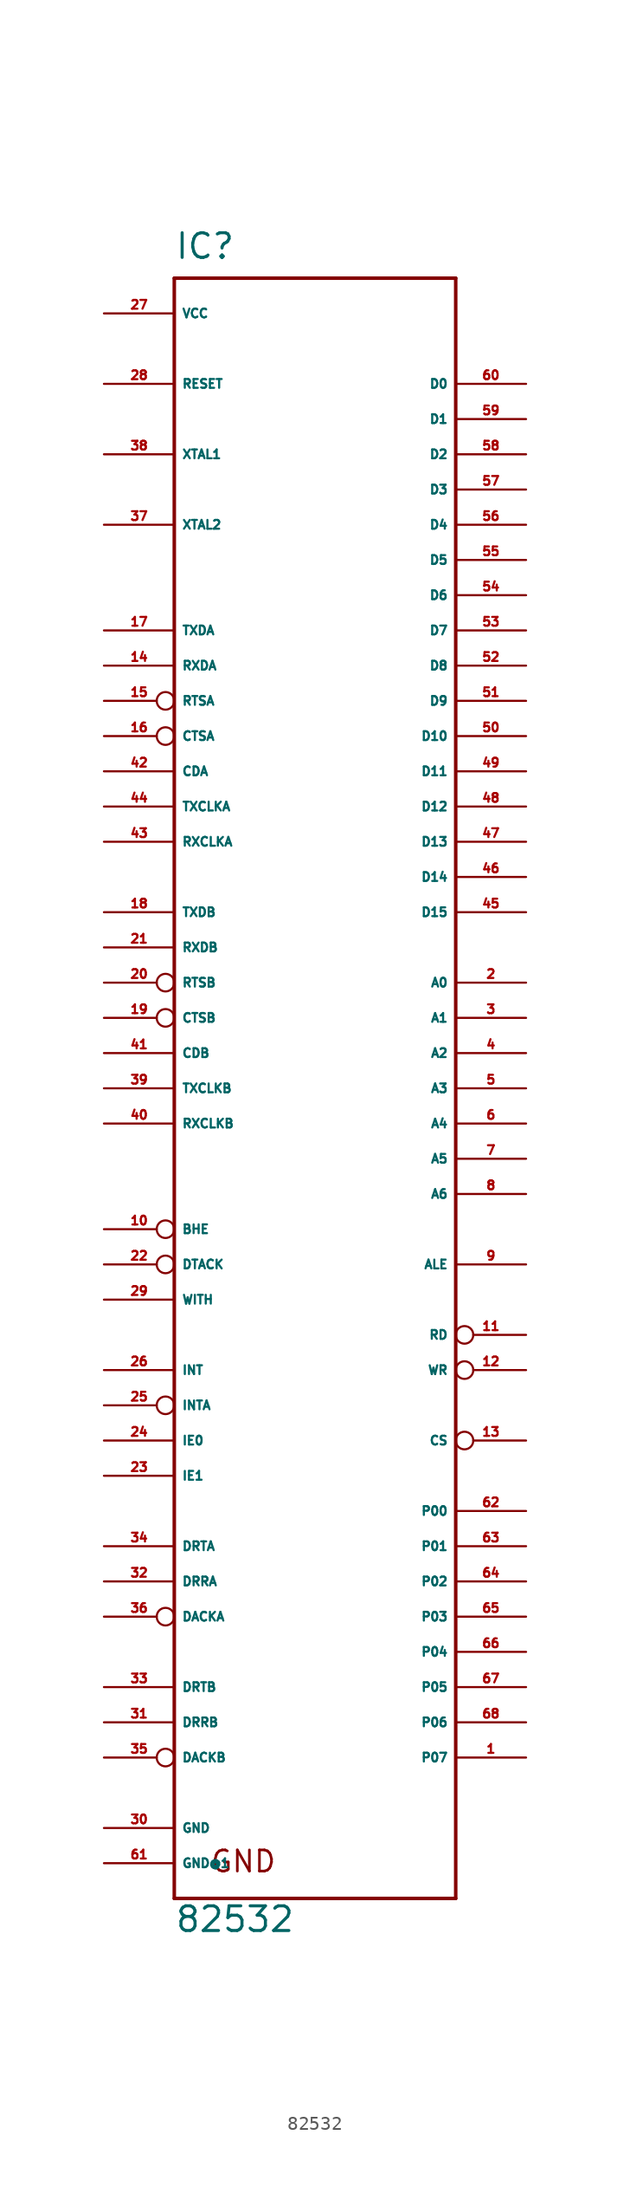
<source format=kicad_sym>
(kicad_symbol_lib
  (version 20220914)
  (generator Eagle2Kicad)
  (symbol "82532"
    (property "Reference" "IC"
      (at -10.16 57.15 0)
      (effects (font (size 1.778 1.778) (thickness 0.22)) (justify left bottom)))
    (property "Value" "82532"
      (at -10.16 -63.5 0)
      (effects (font (size 1.778 1.778) (thickness 0.22)) (justify left bottom)))
    (polyline
      (pts (xy -10.16 55.88) (xy 10.16 55.88))
      (stroke (width 0.254) (type default))
      (fill (type none)))
    (polyline
      (pts (xy 10.16 55.88) (xy 10.16 -60.96))
      (stroke (width 0.254) (type default))
      (fill (type none)))
    (polyline
      (pts (xy 10.16 -60.96) (xy -10.16 -60.96))
      (stroke (width 0.254) (type default))
      (fill (type none)))
    (polyline
      (pts (xy -10.16 -60.96) (xy -10.16 55.88))
      (stroke (width 0.254) (type default))
      (fill (type none)))
    (text "GND"
      (at -7.62 -59.182 0)
      (effects (font (size 1.524 1.524) (thickness 0.19)) (justify left bottom)))
    (pin input line
      (at 15.24 5.08 180)
      (length 5.08)
      (name "A0" (effects (font (size 0.635 0.635) (thickness 0.08)) (justify left bottom)))
      (number "2" (effects (font (size 0.635 0.635) (thickness 0.08)) (justify left bottom))))
    (pin input line
      (at 15.24 2.54 180)
      (length 5.08)
      (name "A1" (effects (font (size 0.635 0.635) (thickness 0.08)) (justify left bottom)))
      (number "3" (effects (font (size 0.635 0.635) (thickness 0.08)) (justify left bottom))))
    (pin input line
      (at 15.24 0 180)
      (length 5.08)
      (name "A2" (effects (font (size 0.635 0.635) (thickness 0.08)) (justify left bottom)))
      (number "4" (effects (font (size 0.635 0.635) (thickness 0.08)) (justify left bottom))))
    (pin input line
      (at 15.24 -2.54 180)
      (length 5.08)
      (name "A3" (effects (font (size 0.635 0.635) (thickness 0.08)) (justify left bottom)))
      (number "5" (effects (font (size 0.635 0.635) (thickness 0.08)) (justify left bottom))))
    (pin input line
      (at 15.24 -5.08 180)
      (length 5.08)
      (name "A4" (effects (font (size 0.635 0.635) (thickness 0.08)) (justify left bottom)))
      (number "6" (effects (font (size 0.635 0.635) (thickness 0.08)) (justify left bottom))))
    (pin input line
      (at 15.24 -7.62 180)
      (length 5.08)
      (name "A5" (effects (font (size 0.635 0.635) (thickness 0.08)) (justify left bottom)))
      (number "7" (effects (font (size 0.635 0.635) (thickness 0.08)) (justify left bottom))))
    (pin input line
      (at 15.24 -10.16 180)
      (length 5.08)
      (name "A6" (effects (font (size 0.635 0.635) (thickness 0.08)) (justify left bottom)))
      (number "8" (effects (font (size 0.635 0.635) (thickness 0.08)) (justify left bottom))))
    (pin input line
      (at 15.24 -15.24 180)
      (length 5.08)
      (name "ALE" (effects (font (size 0.635 0.635) (thickness 0.08)) (justify left bottom)))
      (number "9" (effects (font (size 0.635 0.635) (thickness 0.08)) (justify left bottom))))
    (pin input inverted
      (at -15.24 -12.7 0)
      (length 5.08)
      (name "BHE" (effects (font (size 0.635 0.635) (thickness 0.08)) (justify left bottom)))
      (number "10" (effects (font (size 0.635 0.635) (thickness 0.08)) (justify left bottom))))
    (pin input line
      (at -15.24 20.32 0)
      (length 5.08)
      (name "CDA" (effects (font (size 0.635 0.635) (thickness 0.08)) (justify left bottom)))
      (number "42" (effects (font (size 0.635 0.635) (thickness 0.08)) (justify left bottom))))
    (pin input line
      (at -15.24 0 0)
      (length 5.08)
      (name "CDB" (effects (font (size 0.635 0.635) (thickness 0.08)) (justify left bottom)))
      (number "41" (effects (font (size 0.635 0.635) (thickness 0.08)) (justify left bottom))))
    (pin input inverted
      (at 15.24 -27.94 180)
      (length 5.08)
      (name "CS" (effects (font (size 0.635 0.635) (thickness 0.08)) (justify left bottom)))
      (number "13" (effects (font (size 0.635 0.635) (thickness 0.08)) (justify left bottom))))
    (pin input inverted
      (at -15.24 22.86 0)
      (length 5.08)
      (name "CTSA" (effects (font (size 0.635 0.635) (thickness 0.08)) (justify left bottom)))
      (number "16" (effects (font (size 0.635 0.635) (thickness 0.08)) (justify left bottom))))
    (pin input inverted
      (at -15.24 2.54 0)
      (length 5.08)
      (name "CTSB" (effects (font (size 0.635 0.635) (thickness 0.08)) (justify left bottom)))
      (number "19" (effects (font (size 0.635 0.635) (thickness 0.08)) (justify left bottom))))
    (pin bidirectional line
      (at 15.24 48.26 180)
      (length 5.08)
      (name "D0" (effects (font (size 0.635 0.635) (thickness 0.08)) (justify left bottom)))
      (number "60" (effects (font (size 0.635 0.635) (thickness 0.08)) (justify left bottom))))
    (pin bidirectional line
      (at 15.24 45.72 180)
      (length 5.08)
      (name "D1" (effects (font (size 0.635 0.635) (thickness 0.08)) (justify left bottom)))
      (number "59" (effects (font (size 0.635 0.635) (thickness 0.08)) (justify left bottom))))
    (pin bidirectional line
      (at 15.24 43.18 180)
      (length 5.08)
      (name "D2" (effects (font (size 0.635 0.635) (thickness 0.08)) (justify left bottom)))
      (number "58" (effects (font (size 0.635 0.635) (thickness 0.08)) (justify left bottom))))
    (pin bidirectional line
      (at 15.24 40.64 180)
      (length 5.08)
      (name "D3" (effects (font (size 0.635 0.635) (thickness 0.08)) (justify left bottom)))
      (number "57" (effects (font (size 0.635 0.635) (thickness 0.08)) (justify left bottom))))
    (pin bidirectional line
      (at 15.24 38.1 180)
      (length 5.08)
      (name "D4" (effects (font (size 0.635 0.635) (thickness 0.08)) (justify left bottom)))
      (number "56" (effects (font (size 0.635 0.635) (thickness 0.08)) (justify left bottom))))
    (pin bidirectional line
      (at 15.24 35.56 180)
      (length 5.08)
      (name "D5" (effects (font (size 0.635 0.635) (thickness 0.08)) (justify left bottom)))
      (number "55" (effects (font (size 0.635 0.635) (thickness 0.08)) (justify left bottom))))
    (pin bidirectional line
      (at 15.24 33.02 180)
      (length 5.08)
      (name "D6" (effects (font (size 0.635 0.635) (thickness 0.08)) (justify left bottom)))
      (number "54" (effects (font (size 0.635 0.635) (thickness 0.08)) (justify left bottom))))
    (pin bidirectional line
      (at 15.24 30.48 180)
      (length 5.08)
      (name "D7" (effects (font (size 0.635 0.635) (thickness 0.08)) (justify left bottom)))
      (number "53" (effects (font (size 0.635 0.635) (thickness 0.08)) (justify left bottom))))
    (pin bidirectional line
      (at 15.24 27.94 180)
      (length 5.08)
      (name "D8" (effects (font (size 0.635 0.635) (thickness 0.08)) (justify left bottom)))
      (number "52" (effects (font (size 0.635 0.635) (thickness 0.08)) (justify left bottom))))
    (pin bidirectional line
      (at 15.24 25.4 180)
      (length 5.08)
      (name "D9" (effects (font (size 0.635 0.635) (thickness 0.08)) (justify left bottom)))
      (number "51" (effects (font (size 0.635 0.635) (thickness 0.08)) (justify left bottom))))
    (pin bidirectional line
      (at 15.24 22.86 180)
      (length 5.08)
      (name "D10" (effects (font (size 0.635 0.635) (thickness 0.08)) (justify left bottom)))
      (number "50" (effects (font (size 0.635 0.635) (thickness 0.08)) (justify left bottom))))
    (pin bidirectional line
      (at 15.24 20.32 180)
      (length 5.08)
      (name "D11" (effects (font (size 0.635 0.635) (thickness 0.08)) (justify left bottom)))
      (number "49" (effects (font (size 0.635 0.635) (thickness 0.08)) (justify left bottom))))
    (pin bidirectional line
      (at 15.24 17.78 180)
      (length 5.08)
      (name "D12" (effects (font (size 0.635 0.635) (thickness 0.08)) (justify left bottom)))
      (number "48" (effects (font (size 0.635 0.635) (thickness 0.08)) (justify left bottom))))
    (pin bidirectional line
      (at 15.24 15.24 180)
      (length 5.08)
      (name "D13" (effects (font (size 0.635 0.635) (thickness 0.08)) (justify left bottom)))
      (number "47" (effects (font (size 0.635 0.635) (thickness 0.08)) (justify left bottom))))
    (pin bidirectional line
      (at 15.24 12.7 180)
      (length 5.08)
      (name "D14" (effects (font (size 0.635 0.635) (thickness 0.08)) (justify left bottom)))
      (number "46" (effects (font (size 0.635 0.635) (thickness 0.08)) (justify left bottom))))
    (pin bidirectional line
      (at 15.24 10.16 180)
      (length 5.08)
      (name "D15" (effects (font (size 0.635 0.635) (thickness 0.08)) (justify left bottom)))
      (number "45" (effects (font (size 0.635 0.635) (thickness 0.08)) (justify left bottom))))
    (pin input inverted
      (at -15.24 -40.64 0)
      (length 5.08)
      (name "DACKA" (effects (font (size 0.635 0.635) (thickness 0.08)) (justify left bottom)))
      (number "36" (effects (font (size 0.635 0.635) (thickness 0.08)) (justify left bottom))))
    (pin input inverted
      (at -15.24 -50.8 0)
      (length 5.08)
      (name "DACKB" (effects (font (size 0.635 0.635) (thickness 0.08)) (justify left bottom)))
      (number "35" (effects (font (size 0.635 0.635) (thickness 0.08)) (justify left bottom))))
    (pin output line
      (at -15.24 -38.1 0)
      (length 5.08)
      (name "DRRA" (effects (font (size 0.635 0.635) (thickness 0.08)) (justify left bottom)))
      (number "32" (effects (font (size 0.635 0.635) (thickness 0.08)) (justify left bottom))))
    (pin output line
      (at -15.24 -48.26 0)
      (length 5.08)
      (name "DRRB" (effects (font (size 0.635 0.635) (thickness 0.08)) (justify left bottom)))
      (number "31" (effects (font (size 0.635 0.635) (thickness 0.08)) (justify left bottom))))
    (pin output line
      (at -15.24 -35.56 0)
      (length 5.08)
      (name "DRTA" (effects (font (size 0.635 0.635) (thickness 0.08)) (justify left bottom)))
      (number "34" (effects (font (size 0.635 0.635) (thickness 0.08)) (justify left bottom))))
    (pin output line
      (at -15.24 -45.72 0)
      (length 5.08)
      (name "DRTB" (effects (font (size 0.635 0.635) (thickness 0.08)) (justify left bottom)))
      (number "33" (effects (font (size 0.635 0.635) (thickness 0.08)) (justify left bottom))))
    (pin output inverted
      (at -15.24 -15.24 0)
      (length 5.08)
      (name "DTACK" (effects (font (size 0.635 0.635) (thickness 0.08)) (justify left bottom)))
      (number "22" (effects (font (size 0.635 0.635) (thickness 0.08)) (justify left bottom))))
    (pin bidirectional line
      (at -15.24 -27.94 0)
      (length 5.08)
      (name "IE0" (effects (font (size 0.635 0.635) (thickness 0.08)) (justify left bottom)))
      (number "24" (effects (font (size 0.635 0.635) (thickness 0.08)) (justify left bottom))))
    (pin input line
      (at -15.24 -30.48 0)
      (length 5.08)
      (name "IE1" (effects (font (size 0.635 0.635) (thickness 0.08)) (justify left bottom)))
      (number "23" (effects (font (size 0.635 0.635) (thickness 0.08)) (justify left bottom))))
    (pin output line
      (at -15.24 -22.86 0)
      (length 5.08)
      (name "INT" (effects (font (size 0.635 0.635) (thickness 0.08)) (justify left bottom)))
      (number "26" (effects (font (size 0.635 0.635) (thickness 0.08)) (justify left bottom))))
    (pin input inverted
      (at -15.24 -25.4 0)
      (length 5.08)
      (name "INTA" (effects (font (size 0.635 0.635) (thickness 0.08)) (justify left bottom)))
      (number "25" (effects (font (size 0.635 0.635) (thickness 0.08)) (justify left bottom))))
    (pin bidirectional line
      (at 15.24 -33.02 180)
      (length 5.08)
      (name "P00" (effects (font (size 0.635 0.635) (thickness 0.08)) (justify left bottom)))
      (number "62" (effects (font (size 0.635 0.635) (thickness 0.08)) (justify left bottom))))
    (pin bidirectional line
      (at 15.24 -35.56 180)
      (length 5.08)
      (name "P01" (effects (font (size 0.635 0.635) (thickness 0.08)) (justify left bottom)))
      (number "63" (effects (font (size 0.635 0.635) (thickness 0.08)) (justify left bottom))))
    (pin bidirectional line
      (at 15.24 -38.1 180)
      (length 5.08)
      (name "P02" (effects (font (size 0.635 0.635) (thickness 0.08)) (justify left bottom)))
      (number "64" (effects (font (size 0.635 0.635) (thickness 0.08)) (justify left bottom))))
    (pin bidirectional line
      (at 15.24 -40.64 180)
      (length 5.08)
      (name "P03" (effects (font (size 0.635 0.635) (thickness 0.08)) (justify left bottom)))
      (number "65" (effects (font (size 0.635 0.635) (thickness 0.08)) (justify left bottom))))
    (pin bidirectional line
      (at 15.24 -43.18 180)
      (length 5.08)
      (name "P04" (effects (font (size 0.635 0.635) (thickness 0.08)) (justify left bottom)))
      (number "66" (effects (font (size 0.635 0.635) (thickness 0.08)) (justify left bottom))))
    (pin bidirectional line
      (at 15.24 -45.72 180)
      (length 5.08)
      (name "P05" (effects (font (size 0.635 0.635) (thickness 0.08)) (justify left bottom)))
      (number "67" (effects (font (size 0.635 0.635) (thickness 0.08)) (justify left bottom))))
    (pin bidirectional line
      (at 15.24 -48.26 180)
      (length 5.08)
      (name "P06" (effects (font (size 0.635 0.635) (thickness 0.08)) (justify left bottom)))
      (number "68" (effects (font (size 0.635 0.635) (thickness 0.08)) (justify left bottom))))
    (pin bidirectional line
      (at 15.24 -50.8 180)
      (length 5.08)
      (name "P07" (effects (font (size 0.635 0.635) (thickness 0.08)) (justify left bottom)))
      (number "1" (effects (font (size 0.635 0.635) (thickness 0.08)) (justify left bottom))))
    (pin input inverted
      (at 15.24 -20.32 180)
      (length 5.08)
      (name "RD" (effects (font (size 0.635 0.635) (thickness 0.08)) (justify left bottom)))
      (number "11" (effects (font (size 0.635 0.635) (thickness 0.08)) (justify left bottom))))
    (pin input line
      (at -15.24 48.26 0)
      (length 5.08)
      (name "RESET" (effects (font (size 0.635 0.635) (thickness 0.08)) (justify left bottom)))
      (number "28" (effects (font (size 0.635 0.635) (thickness 0.08)) (justify left bottom))))
    (pin output inverted
      (at -15.24 25.4 0)
      (length 5.08)
      (name "RTSA" (effects (font (size 0.635 0.635) (thickness 0.08)) (justify left bottom)))
      (number "15" (effects (font (size 0.635 0.635) (thickness 0.08)) (justify left bottom))))
    (pin output inverted
      (at -15.24 5.08 0)
      (length 5.08)
      (name "RTSB" (effects (font (size 0.635 0.635) (thickness 0.08)) (justify left bottom)))
      (number "20" (effects (font (size 0.635 0.635) (thickness 0.08)) (justify left bottom))))
    (pin input line
      (at -15.24 15.24 0)
      (length 5.08)
      (name "RXCLKA" (effects (font (size 0.635 0.635) (thickness 0.08)) (justify left bottom)))
      (number "43" (effects (font (size 0.635 0.635) (thickness 0.08)) (justify left bottom))))
    (pin input line
      (at -15.24 -5.08 0)
      (length 5.08)
      (name "RXCLKB" (effects (font (size 0.635 0.635) (thickness 0.08)) (justify left bottom)))
      (number "40" (effects (font (size 0.635 0.635) (thickness 0.08)) (justify left bottom))))
    (pin bidirectional line
      (at -15.24 27.94 0)
      (length 5.08)
      (name "RXDA" (effects (font (size 0.635 0.635) (thickness 0.08)) (justify left bottom)))
      (number "14" (effects (font (size 0.635 0.635) (thickness 0.08)) (justify left bottom))))
    (pin bidirectional line
      (at -15.24 7.62 0)
      (length 5.08)
      (name "RXDB" (effects (font (size 0.635 0.635) (thickness 0.08)) (justify left bottom)))
      (number "21" (effects (font (size 0.635 0.635) (thickness 0.08)) (justify left bottom))))
    (pin bidirectional line
      (at -15.24 17.78 0)
      (length 5.08)
      (name "TXCLKA" (effects (font (size 0.635 0.635) (thickness 0.08)) (justify left bottom)))
      (number "44" (effects (font (size 0.635 0.635) (thickness 0.08)) (justify left bottom))))
    (pin bidirectional line
      (at -15.24 -2.54 0)
      (length 5.08)
      (name "TXCLKB" (effects (font (size 0.635 0.635) (thickness 0.08)) (justify left bottom)))
      (number "39" (effects (font (size 0.635 0.635) (thickness 0.08)) (justify left bottom))))
    (pin bidirectional line
      (at -15.24 30.48 0)
      (length 5.08)
      (name "TXDA" (effects (font (size 0.635 0.635) (thickness 0.08)) (justify left bottom)))
      (number "17" (effects (font (size 0.635 0.635) (thickness 0.08)) (justify left bottom))))
    (pin bidirectional line
      (at -15.24 10.16 0)
      (length 5.08)
      (name "TXDB" (effects (font (size 0.635 0.635) (thickness 0.08)) (justify left bottom)))
      (number "18" (effects (font (size 0.635 0.635) (thickness 0.08)) (justify left bottom))))
    (pin unspecified line
      (at -15.24 53.34 0)
      (length 5.08)
      (name "VCC" (effects (font (size 0.635 0.635) (thickness 0.08)) (justify left bottom)))
      (number "27" (effects (font (size 0.635 0.635) (thickness 0.08)) (justify left bottom))))
    (pin unspecified line
      (at -15.24 -55.88 0)
      (length 5.08)
      (name "GND" (effects (font (size 0.635 0.635) (thickness 0.08)) (justify left bottom)))
      (number "30" (effects (font (size 0.635 0.635) (thickness 0.08)) (justify left bottom))))
    (pin unspecified line
      (at -15.24 -58.42 0)
      (length 5.08)
      (name "GND@1" (effects (font (size 0.635 0.635) (thickness 0.08)) (justify left bottom)))
      (number "61" (effects (font (size 0.635 0.635) (thickness 0.08)) (justify left bottom))))
    (pin input line
      (at -15.24 -17.78 0)
      (length 5.08)
      (name "WITH" (effects (font (size 0.635 0.635) (thickness 0.08)) (justify left bottom)))
      (number "29" (effects (font (size 0.635 0.635) (thickness 0.08)) (justify left bottom))))
    (pin input inverted
      (at 15.24 -22.86 180)
      (length 5.08)
      (name "WR" (effects (font (size 0.635 0.635) (thickness 0.08)) (justify left bottom)))
      (number "12" (effects (font (size 0.635 0.635) (thickness 0.08)) (justify left bottom))))
    (pin passive line
      (at -15.24 43.18 0)
      (length 5.08)
      (name "XTAL1" (effects (font (size 0.635 0.635) (thickness 0.08)) (justify left bottom)))
      (number "38" (effects (font (size 0.635 0.635) (thickness 0.08)) (justify left bottom))))
    (pin passive line
      (at -15.24 38.1 0)
      (length 5.08)
      (name "XTAL2" (effects (font (size 0.635 0.635) (thickness 0.08)) (justify left bottom)))
      (number "37" (effects (font (size 0.635 0.635) (thickness 0.08)) (justify left bottom))))))
</source>
